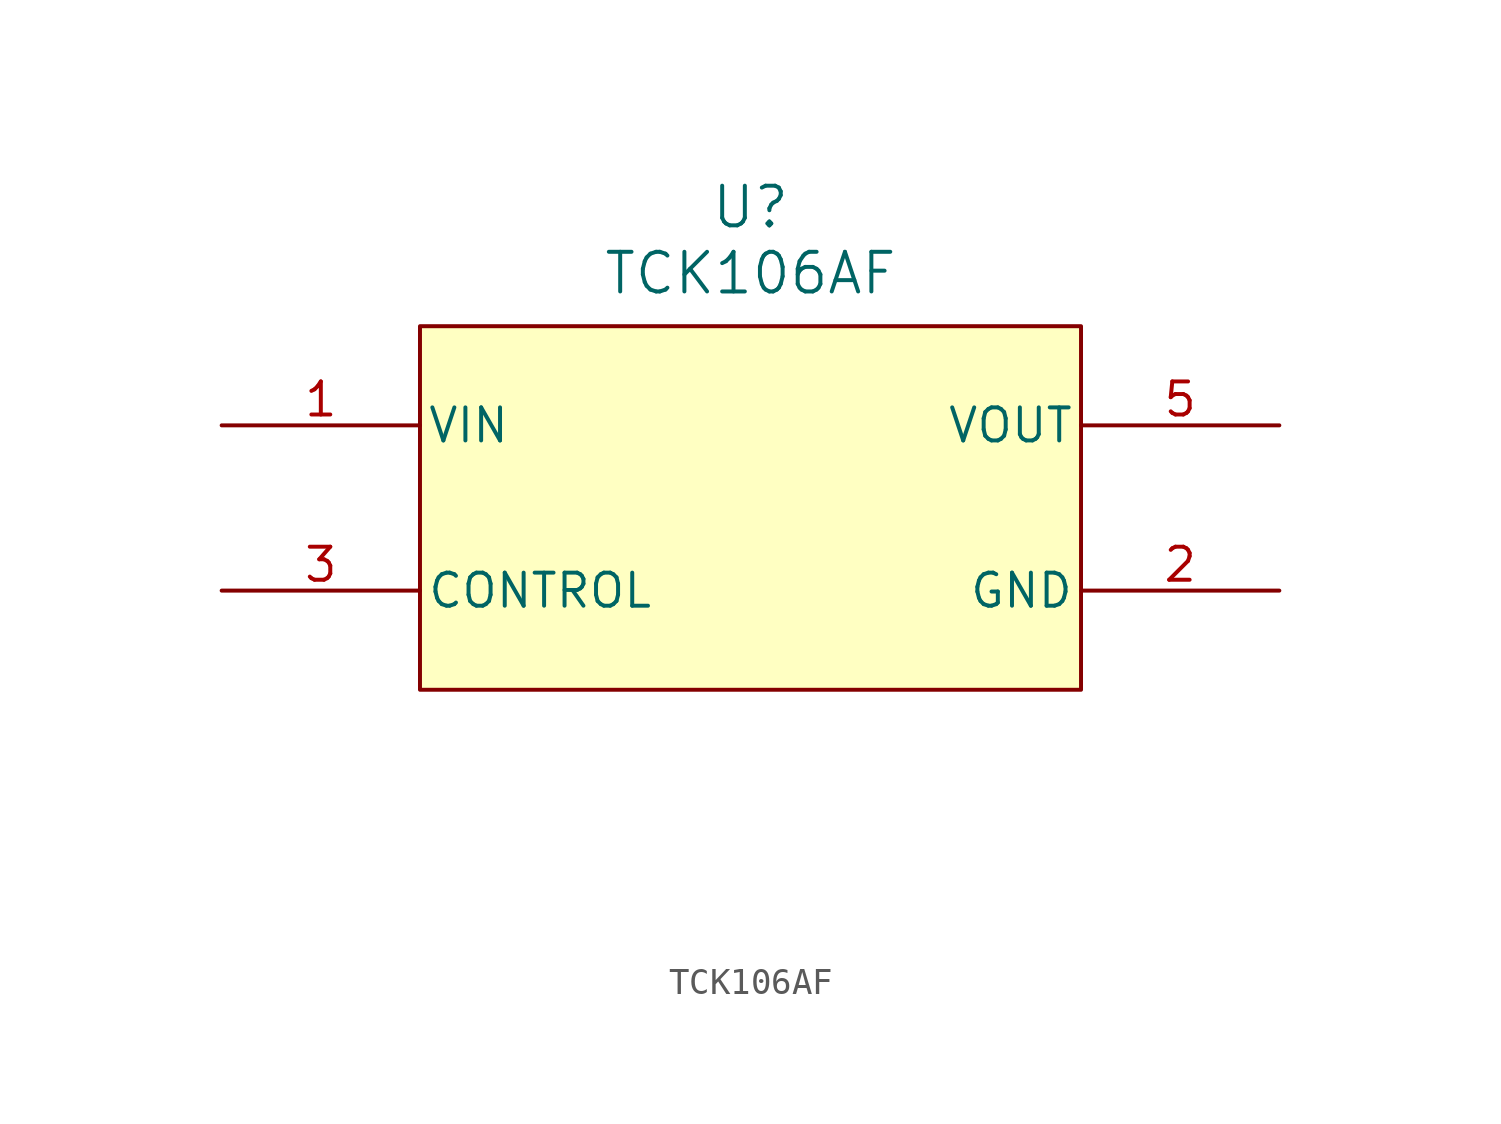
<source format=kicad_sym>
(kicad_symbol_lib
  (version 20241209)
  (generator "kicad_symbol_editor")
  (generator_version "9.0")
  (symbol "TCK106AF"
    (pin_names
      (offset 0.254))
    (property "Reference" "U"
      (at 0 12.192 0)
      (effects (font (size 1.524 1.524))))
    (property "Value" "TCK106AF"
      (at 0 9.652 0)
      (effects (font (size 1.524 1.524))))
    (property "ki_locked" ""
      (at 0 0 0)
      (effects (font (size 1.27 1.27))))
    (symbol "TCK106AF_0_1"
      (rectangle (start -12.7 7.62) (end 12.7 -6.35) (stroke (width 0) (type default)) (fill (type background)))
      (pin input line (at -20.32 3.81 0) (length 7.62) (name "VIN" (effects (font (size 1.27 1.27)))) (number "1" (effects (font (size 1.27 1.27)))))
      (pin input line (at -20.32 -2.54 0) (length 7.62) (name "CONTROL" (effects (font (size 1.27 1.27)))) (number "3" (effects (font (size 1.27 1.27)))))
      (pin no_connect line (at 0 -13.97 90) (length 7.62) (hide yes) (name "NC" (effects (font (size 1.27 1.27)))) (number "4" (effects (font (size 1.27 1.27))))))
    (symbol "TCK106AF_1_1"
      (pin power_out line (at 20.32 3.81 180) (length 7.62) (name "VOUT" (effects (font (size 1.27 1.27)))) (number "5" (effects (font (size 1.27 1.27)))))
      (pin power_in line (at 20.32 -2.54 180) (length 7.62) (name "GND" (effects (font (size 1.27 1.27)))) (number "2" (effects (font (size 1.27 1.27))))))))
</source>
